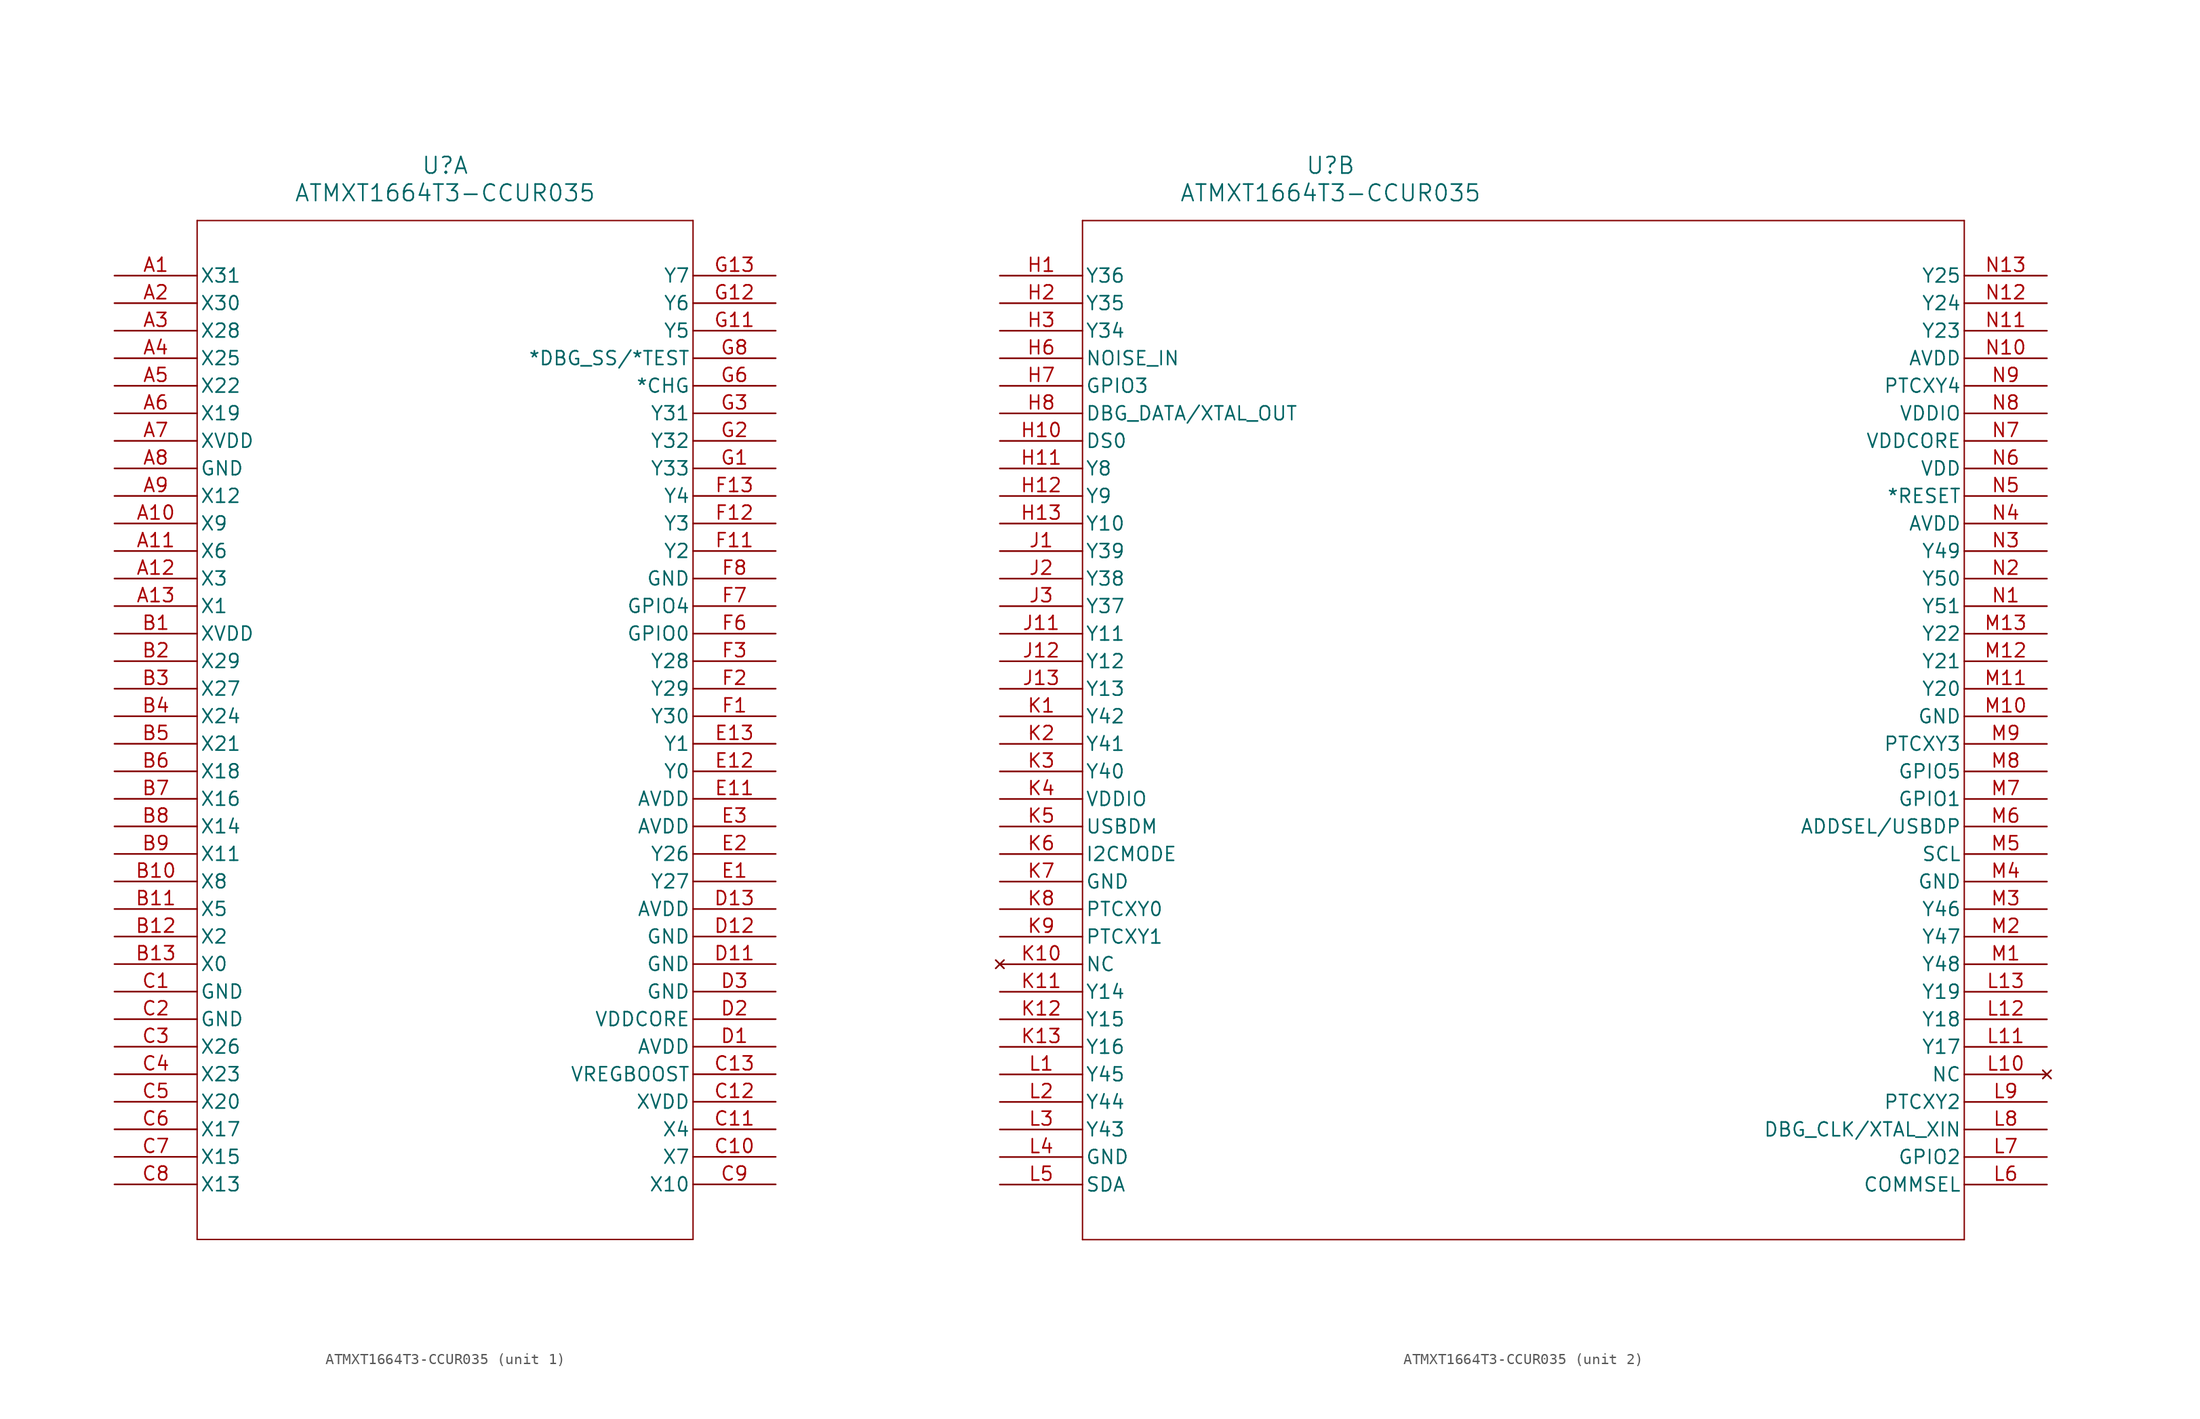
<source format=kicad_sym>
(kicad_symbol_lib
  (version 20241209)
  (generator "kicad_symbol_editor")
  (generator_version "9.0")
  (symbol "ATMXT1664T3-CCUR035"
    (pin_names
      (offset 0.254))
    (property "Reference" "U"
      (at 30.48 10.16 0)
      (effects (font (size 1.524 1.524))))
    (property "Value" "ATMXT1664T3-CCUR035"
      (at 30.48 7.62 0)
      (effects (font (size 1.524 1.524))))
    (property "ki_locked" ""
      (at 0 0 0)
      (effects (font (size 1.27 1.27))))
    (symbol "ATMXT1664T3-CCUR035_1_1"
      (polyline (pts (xy 7.62 5.08) (xy 7.62 -88.9)) (stroke (width 0.127) (type default)) (fill (type none)))
      (polyline (pts (xy 7.62 -88.9) (xy 53.34 -88.9)) (stroke (width 0.127) (type default)) (fill (type none)))
      (polyline (pts (xy 53.34 5.08) (xy 7.62 5.08)) (stroke (width 0.127) (type default)) (fill (type none)))
      (polyline (pts (xy 53.34 -88.9) (xy 53.34 5.08)) (stroke (width 0.127) (type default)) (fill (type none)))
      (pin unspecified line (at 0 0 0) (length 7.62) (name "X31" (effects (font (size 1.27 1.27)))) (number "A1" (effects (font (size 1.27 1.27)))))
      (pin unspecified line (at 0 -2.54 0) (length 7.62) (name "X30" (effects (font (size 1.27 1.27)))) (number "A2" (effects (font (size 1.27 1.27)))))
      (pin unspecified line (at 0 -5.08 0) (length 7.62) (name "X28" (effects (font (size 1.27 1.27)))) (number "A3" (effects (font (size 1.27 1.27)))))
      (pin unspecified line (at 0 -7.62 0) (length 7.62) (name "X25" (effects (font (size 1.27 1.27)))) (number "A4" (effects (font (size 1.27 1.27)))))
      (pin unspecified line (at 0 -10.16 0) (length 7.62) (name "X22" (effects (font (size 1.27 1.27)))) (number "A5" (effects (font (size 1.27 1.27)))))
      (pin unspecified line (at 0 -12.7 0) (length 7.62) (name "X19" (effects (font (size 1.27 1.27)))) (number "A6" (effects (font (size 1.27 1.27)))))
      (pin power_in line (at 0 -15.24 0) (length 7.62) (name "XVDD" (effects (font (size 1.27 1.27)))) (number "A7" (effects (font (size 1.27 1.27)))))
      (pin power_out line (at 0 -17.78 0) (length 7.62) (name "GND" (effects (font (size 1.27 1.27)))) (number "A8" (effects (font (size 1.27 1.27)))))
      (pin unspecified line (at 0 -20.32 0) (length 7.62) (name "X12" (effects (font (size 1.27 1.27)))) (number "A9" (effects (font (size 1.27 1.27)))))
      (pin unspecified line (at 0 -22.86 0) (length 7.62) (name "X9" (effects (font (size 1.27 1.27)))) (number "A10" (effects (font (size 1.27 1.27)))))
      (pin unspecified line (at 0 -25.4 0) (length 7.62) (name "X6" (effects (font (size 1.27 1.27)))) (number "A11" (effects (font (size 1.27 1.27)))))
      (pin unspecified line (at 0 -27.94 0) (length 7.62) (name "X3" (effects (font (size 1.27 1.27)))) (number "A12" (effects (font (size 1.27 1.27)))))
      (pin unspecified line (at 0 -30.48 0) (length 7.62) (name "X1" (effects (font (size 1.27 1.27)))) (number "A13" (effects (font (size 1.27 1.27)))))
      (pin power_in line (at 0 -33.02 0) (length 7.62) (name "XVDD" (effects (font (size 1.27 1.27)))) (number "B1" (effects (font (size 1.27 1.27)))))
      (pin unspecified line (at 0 -35.56 0) (length 7.62) (name "X29" (effects (font (size 1.27 1.27)))) (number "B2" (effects (font (size 1.27 1.27)))))
      (pin unspecified line (at 0 -38.1 0) (length 7.62) (name "X27" (effects (font (size 1.27 1.27)))) (number "B3" (effects (font (size 1.27 1.27)))))
      (pin unspecified line (at 0 -40.64 0) (length 7.62) (name "X24" (effects (font (size 1.27 1.27)))) (number "B4" (effects (font (size 1.27 1.27)))))
      (pin unspecified line (at 0 -43.18 0) (length 7.62) (name "X21" (effects (font (size 1.27 1.27)))) (number "B5" (effects (font (size 1.27 1.27)))))
      (pin unspecified line (at 0 -45.72 0) (length 7.62) (name "X18" (effects (font (size 1.27 1.27)))) (number "B6" (effects (font (size 1.27 1.27)))))
      (pin unspecified line (at 0 -48.26 0) (length 7.62) (name "X16" (effects (font (size 1.27 1.27)))) (number "B7" (effects (font (size 1.27 1.27)))))
      (pin unspecified line (at 0 -50.8 0) (length 7.62) (name "X14" (effects (font (size 1.27 1.27)))) (number "B8" (effects (font (size 1.27 1.27)))))
      (pin unspecified line (at 0 -53.34 0) (length 7.62) (name "X11" (effects (font (size 1.27 1.27)))) (number "B9" (effects (font (size 1.27 1.27)))))
      (pin unspecified line (at 0 -55.88 0) (length 7.62) (name "X8" (effects (font (size 1.27 1.27)))) (number "B10" (effects (font (size 1.27 1.27)))))
      (pin unspecified line (at 0 -58.42 0) (length 7.62) (name "X5" (effects (font (size 1.27 1.27)))) (number "B11" (effects (font (size 1.27 1.27)))))
      (pin unspecified line (at 0 -60.96 0) (length 7.62) (name "X2" (effects (font (size 1.27 1.27)))) (number "B12" (effects (font (size 1.27 1.27)))))
      (pin unspecified line (at 0 -63.5 0) (length 7.62) (name "X0" (effects (font (size 1.27 1.27)))) (number "B13" (effects (font (size 1.27 1.27)))))
      (pin power_out line (at 0 -66.04 0) (length 7.62) (name "GND" (effects (font (size 1.27 1.27)))) (number "C1" (effects (font (size 1.27 1.27)))))
      (pin power_out line (at 0 -68.58 0) (length 7.62) (name "GND" (effects (font (size 1.27 1.27)))) (number "C2" (effects (font (size 1.27 1.27)))))
      (pin unspecified line (at 0 -71.12 0) (length 7.62) (name "X26" (effects (font (size 1.27 1.27)))) (number "C3" (effects (font (size 1.27 1.27)))))
      (pin unspecified line (at 0 -73.66 0) (length 7.62) (name "X23" (effects (font (size 1.27 1.27)))) (number "C4" (effects (font (size 1.27 1.27)))))
      (pin unspecified line (at 0 -76.2 0) (length 7.62) (name "X20" (effects (font (size 1.27 1.27)))) (number "C5" (effects (font (size 1.27 1.27)))))
      (pin unspecified line (at 0 -78.74 0) (length 7.62) (name "X17" (effects (font (size 1.27 1.27)))) (number "C6" (effects (font (size 1.27 1.27)))))
      (pin unspecified line (at 0 -81.28 0) (length 7.62) (name "X15" (effects (font (size 1.27 1.27)))) (number "C7" (effects (font (size 1.27 1.27)))))
      (pin unspecified line (at 0 -83.82 0) (length 7.62) (name "X13" (effects (font (size 1.27 1.27)))) (number "C8" (effects (font (size 1.27 1.27)))))
      (pin unspecified line (at 60.96 0 180) (length 7.62) (name "Y7" (effects (font (size 1.27 1.27)))) (number "G13" (effects (font (size 1.27 1.27)))))
      (pin unspecified line (at 60.96 -2.54 180) (length 7.62) (name "Y6" (effects (font (size 1.27 1.27)))) (number "G12" (effects (font (size 1.27 1.27)))))
      (pin unspecified line (at 60.96 -5.08 180) (length 7.62) (name "Y5" (effects (font (size 1.27 1.27)))) (number "G11" (effects (font (size 1.27 1.27)))))
      (pin unspecified line (at 60.96 -7.62 180) (length 7.62) (name "*DBG_SS/*TEST" (effects (font (size 1.27 1.27)))) (number "G8" (effects (font (size 1.27 1.27)))))
      (pin unspecified line (at 60.96 -10.16 180) (length 7.62) (name "*CHG" (effects (font (size 1.27 1.27)))) (number "G6" (effects (font (size 1.27 1.27)))))
      (pin unspecified line (at 60.96 -12.7 180) (length 7.62) (name "Y31" (effects (font (size 1.27 1.27)))) (number "G3" (effects (font (size 1.27 1.27)))))
      (pin unspecified line (at 60.96 -15.24 180) (length 7.62) (name "Y32" (effects (font (size 1.27 1.27)))) (number "G2" (effects (font (size 1.27 1.27)))))
      (pin unspecified line (at 60.96 -17.78 180) (length 7.62) (name "Y33" (effects (font (size 1.27 1.27)))) (number "G1" (effects (font (size 1.27 1.27)))))
      (pin unspecified line (at 60.96 -20.32 180) (length 7.62) (name "Y4" (effects (font (size 1.27 1.27)))) (number "F13" (effects (font (size 1.27 1.27)))))
      (pin unspecified line (at 60.96 -22.86 180) (length 7.62) (name "Y3" (effects (font (size 1.27 1.27)))) (number "F12" (effects (font (size 1.27 1.27)))))
      (pin unspecified line (at 60.96 -25.4 180) (length 7.62) (name "Y2" (effects (font (size 1.27 1.27)))) (number "F11" (effects (font (size 1.27 1.27)))))
      (pin power_out line (at 60.96 -27.94 180) (length 7.62) (name "GND" (effects (font (size 1.27 1.27)))) (number "F8" (effects (font (size 1.27 1.27)))))
      (pin unspecified line (at 60.96 -30.48 180) (length 7.62) (name "GPIO4" (effects (font (size 1.27 1.27)))) (number "F7" (effects (font (size 1.27 1.27)))))
      (pin unspecified line (at 60.96 -33.02 180) (length 7.62) (name "GPIO0" (effects (font (size 1.27 1.27)))) (number "F6" (effects (font (size 1.27 1.27)))))
      (pin unspecified line (at 60.96 -35.56 180) (length 7.62) (name "Y28" (effects (font (size 1.27 1.27)))) (number "F3" (effects (font (size 1.27 1.27)))))
      (pin unspecified line (at 60.96 -38.1 180) (length 7.62) (name "Y29" (effects (font (size 1.27 1.27)))) (number "F2" (effects (font (size 1.27 1.27)))))
      (pin unspecified line (at 60.96 -40.64 180) (length 7.62) (name "Y30" (effects (font (size 1.27 1.27)))) (number "F1" (effects (font (size 1.27 1.27)))))
      (pin unspecified line (at 60.96 -43.18 180) (length 7.62) (name "Y1" (effects (font (size 1.27 1.27)))) (number "E13" (effects (font (size 1.27 1.27)))))
      (pin unspecified line (at 60.96 -45.72 180) (length 7.62) (name "Y0" (effects (font (size 1.27 1.27)))) (number "E12" (effects (font (size 1.27 1.27)))))
      (pin power_in line (at 60.96 -48.26 180) (length 7.62) (name "AVDD" (effects (font (size 1.27 1.27)))) (number "E11" (effects (font (size 1.27 1.27)))))
      (pin power_in line (at 60.96 -50.8 180) (length 7.62) (name "AVDD" (effects (font (size 1.27 1.27)))) (number "E3" (effects (font (size 1.27 1.27)))))
      (pin unspecified line (at 60.96 -53.34 180) (length 7.62) (name "Y26" (effects (font (size 1.27 1.27)))) (number "E2" (effects (font (size 1.27 1.27)))))
      (pin unspecified line (at 60.96 -55.88 180) (length 7.62) (name "Y27" (effects (font (size 1.27 1.27)))) (number "E1" (effects (font (size 1.27 1.27)))))
      (pin power_in line (at 60.96 -58.42 180) (length 7.62) (name "AVDD" (effects (font (size 1.27 1.27)))) (number "D13" (effects (font (size 1.27 1.27)))))
      (pin power_out line (at 60.96 -60.96 180) (length 7.62) (name "GND" (effects (font (size 1.27 1.27)))) (number "D12" (effects (font (size 1.27 1.27)))))
      (pin power_out line (at 60.96 -63.5 180) (length 7.62) (name "GND" (effects (font (size 1.27 1.27)))) (number "D11" (effects (font (size 1.27 1.27)))))
      (pin power_out line (at 60.96 -66.04 180) (length 7.62) (name "GND" (effects (font (size 1.27 1.27)))) (number "D3" (effects (font (size 1.27 1.27)))))
      (pin power_in line (at 60.96 -68.58 180) (length 7.62) (name "VDDCORE" (effects (font (size 1.27 1.27)))) (number "D2" (effects (font (size 1.27 1.27)))))
      (pin power_in line (at 60.96 -71.12 180) (length 7.62) (name "AVDD" (effects (font (size 1.27 1.27)))) (number "D1" (effects (font (size 1.27 1.27)))))
      (pin power_in line (at 60.96 -73.66 180) (length 7.62) (name "VREGBOOST" (effects (font (size 1.27 1.27)))) (number "C13" (effects (font (size 1.27 1.27)))))
      (pin power_in line (at 60.96 -76.2 180) (length 7.62) (name "XVDD" (effects (font (size 1.27 1.27)))) (number "C12" (effects (font (size 1.27 1.27)))))
      (pin unspecified line (at 60.96 -78.74 180) (length 7.62) (name "X4" (effects (font (size 1.27 1.27)))) (number "C11" (effects (font (size 1.27 1.27)))))
      (pin unspecified line (at 60.96 -81.28 180) (length 7.62) (name "X7" (effects (font (size 1.27 1.27)))) (number "C10" (effects (font (size 1.27 1.27)))))
      (pin unspecified line (at 60.96 -83.82 180) (length 7.62) (name "X10" (effects (font (size 1.27 1.27)))) (number "C9" (effects (font (size 1.27 1.27))))))
    (symbol "ATMXT1664T3-CCUR035_2_1"
      (polyline (pts (xy 7.62 5.08) (xy 7.62 -88.9)) (stroke (width 0.127) (type default)) (fill (type none)))
      (polyline (pts (xy 7.62 -88.9) (xy 88.9 -88.9)) (stroke (width 0.127) (type default)) (fill (type none)))
      (polyline (pts (xy 88.9 5.08) (xy 7.62 5.08)) (stroke (width 0.127) (type default)) (fill (type none)))
      (polyline (pts (xy 88.9 -88.9) (xy 88.9 5.08)) (stroke (width 0.127) (type default)) (fill (type none)))
      (pin unspecified line (at 0 0 0) (length 7.62) (name "Y36" (effects (font (size 1.27 1.27)))) (number "H1" (effects (font (size 1.27 1.27)))))
      (pin unspecified line (at 0 -2.54 0) (length 7.62) (name "Y35" (effects (font (size 1.27 1.27)))) (number "H2" (effects (font (size 1.27 1.27)))))
      (pin unspecified line (at 0 -5.08 0) (length 7.62) (name "Y34" (effects (font (size 1.27 1.27)))) (number "H3" (effects (font (size 1.27 1.27)))))
      (pin unspecified line (at 0 -7.62 0) (length 7.62) (name "NOISE_IN" (effects (font (size 1.27 1.27)))) (number "H6" (effects (font (size 1.27 1.27)))))
      (pin bidirectional line (at 0 -10.16 0) (length 7.62) (name "GPIO3" (effects (font (size 1.27 1.27)))) (number "H7" (effects (font (size 1.27 1.27)))))
      (pin unspecified line (at 0 -12.7 0) (length 7.62) (name "DBG_DATA/XTAL_OUT" (effects (font (size 1.27 1.27)))) (number "H8" (effects (font (size 1.27 1.27)))))
      (pin unspecified line (at 0 -15.24 0) (length 7.62) (name "DS0" (effects (font (size 1.27 1.27)))) (number "H10" (effects (font (size 1.27 1.27)))))
      (pin unspecified line (at 0 -17.78 0) (length 7.62) (name "Y8" (effects (font (size 1.27 1.27)))) (number "H11" (effects (font (size 1.27 1.27)))))
      (pin unspecified line (at 0 -20.32 0) (length 7.62) (name "Y9" (effects (font (size 1.27 1.27)))) (number "H12" (effects (font (size 1.27 1.27)))))
      (pin unspecified line (at 0 -22.86 0) (length 7.62) (name "Y10" (effects (font (size 1.27 1.27)))) (number "H13" (effects (font (size 1.27 1.27)))))
      (pin unspecified line (at 0 -25.4 0) (length 7.62) (name "Y39" (effects (font (size 1.27 1.27)))) (number "J1" (effects (font (size 1.27 1.27)))))
      (pin unspecified line (at 0 -27.94 0) (length 7.62) (name "Y38" (effects (font (size 1.27 1.27)))) (number "J2" (effects (font (size 1.27 1.27)))))
      (pin unspecified line (at 0 -30.48 0) (length 7.62) (name "Y37" (effects (font (size 1.27 1.27)))) (number "J3" (effects (font (size 1.27 1.27)))))
      (pin unspecified line (at 0 -33.02 0) (length 7.62) (name "Y11" (effects (font (size 1.27 1.27)))) (number "J11" (effects (font (size 1.27 1.27)))))
      (pin unspecified line (at 0 -35.56 0) (length 7.62) (name "Y12" (effects (font (size 1.27 1.27)))) (number "J12" (effects (font (size 1.27 1.27)))))
      (pin unspecified line (at 0 -38.1 0) (length 7.62) (name "Y13" (effects (font (size 1.27 1.27)))) (number "J13" (effects (font (size 1.27 1.27)))))
      (pin unspecified line (at 0 -40.64 0) (length 7.62) (name "Y42" (effects (font (size 1.27 1.27)))) (number "K1" (effects (font (size 1.27 1.27)))))
      (pin unspecified line (at 0 -43.18 0) (length 7.62) (name "Y41" (effects (font (size 1.27 1.27)))) (number "K2" (effects (font (size 1.27 1.27)))))
      (pin unspecified line (at 0 -45.72 0) (length 7.62) (name "Y40" (effects (font (size 1.27 1.27)))) (number "K3" (effects (font (size 1.27 1.27)))))
      (pin power_in line (at 0 -48.26 0) (length 7.62) (name "VDDIO" (effects (font (size 1.27 1.27)))) (number "K4" (effects (font (size 1.27 1.27)))))
      (pin unspecified line (at 0 -50.8 0) (length 7.62) (name "USBDM" (effects (font (size 1.27 1.27)))) (number "K5" (effects (font (size 1.27 1.27)))))
      (pin unspecified line (at 0 -53.34 0) (length 7.62) (name "I2CMODE" (effects (font (size 1.27 1.27)))) (number "K6" (effects (font (size 1.27 1.27)))))
      (pin power_out line (at 0 -55.88 0) (length 7.62) (name "GND" (effects (font (size 1.27 1.27)))) (number "K7" (effects (font (size 1.27 1.27)))))
      (pin unspecified line (at 0 -58.42 0) (length 7.62) (name "PTCXY0" (effects (font (size 1.27 1.27)))) (number "K8" (effects (font (size 1.27 1.27)))))
      (pin unspecified line (at 0 -60.96 0) (length 7.62) (name "PTCXY1" (effects (font (size 1.27 1.27)))) (number "K9" (effects (font (size 1.27 1.27)))))
      (pin no_connect line (at 0 -63.5 0) (length 7.62) (name "NC" (effects (font (size 1.27 1.27)))) (number "K10" (effects (font (size 1.27 1.27)))))
      (pin unspecified line (at 0 -66.04 0) (length 7.62) (name "Y14" (effects (font (size 1.27 1.27)))) (number "K11" (effects (font (size 1.27 1.27)))))
      (pin unspecified line (at 0 -68.58 0) (length 7.62) (name "Y15" (effects (font (size 1.27 1.27)))) (number "K12" (effects (font (size 1.27 1.27)))))
      (pin unspecified line (at 0 -71.12 0) (length 7.62) (name "Y16" (effects (font (size 1.27 1.27)))) (number "K13" (effects (font (size 1.27 1.27)))))
      (pin unspecified line (at 0 -73.66 0) (length 7.62) (name "Y45" (effects (font (size 1.27 1.27)))) (number "L1" (effects (font (size 1.27 1.27)))))
      (pin unspecified line (at 0 -76.2 0) (length 7.62) (name "Y44" (effects (font (size 1.27 1.27)))) (number "L2" (effects (font (size 1.27 1.27)))))
      (pin unspecified line (at 0 -78.74 0) (length 7.62) (name "Y43" (effects (font (size 1.27 1.27)))) (number "L3" (effects (font (size 1.27 1.27)))))
      (pin power_out line (at 0 -81.28 0) (length 7.62) (name "GND" (effects (font (size 1.27 1.27)))) (number "L4" (effects (font (size 1.27 1.27)))))
      (pin unspecified line (at 0 -83.82 0) (length 7.62) (name "SDA" (effects (font (size 1.27 1.27)))) (number "L5" (effects (font (size 1.27 1.27)))))
      (pin unspecified line (at 96.52 0 180) (length 7.62) (name "Y25" (effects (font (size 1.27 1.27)))) (number "N13" (effects (font (size 1.27 1.27)))))
      (pin unspecified line (at 96.52 -2.54 180) (length 7.62) (name "Y24" (effects (font (size 1.27 1.27)))) (number "N12" (effects (font (size 1.27 1.27)))))
      (pin unspecified line (at 96.52 -5.08 180) (length 7.62) (name "Y23" (effects (font (size 1.27 1.27)))) (number "N11" (effects (font (size 1.27 1.27)))))
      (pin power_in line (at 96.52 -7.62 180) (length 7.62) (name "AVDD" (effects (font (size 1.27 1.27)))) (number "N10" (effects (font (size 1.27 1.27)))))
      (pin unspecified line (at 96.52 -10.16 180) (length 7.62) (name "PTCXY4" (effects (font (size 1.27 1.27)))) (number "N9" (effects (font (size 1.27 1.27)))))
      (pin power_in line (at 96.52 -12.7 180) (length 7.62) (name "VDDIO" (effects (font (size 1.27 1.27)))) (number "N8" (effects (font (size 1.27 1.27)))))
      (pin power_in line (at 96.52 -15.24 180) (length 7.62) (name "VDDCORE" (effects (font (size 1.27 1.27)))) (number "N7" (effects (font (size 1.27 1.27)))))
      (pin power_in line (at 96.52 -17.78 180) (length 7.62) (name "VDD" (effects (font (size 1.27 1.27)))) (number "N6" (effects (font (size 1.27 1.27)))))
      (pin unspecified line (at 96.52 -20.32 180) (length 7.62) (name "*RESET" (effects (font (size 1.27 1.27)))) (number "N5" (effects (font (size 1.27 1.27)))))
      (pin power_in line (at 96.52 -22.86 180) (length 7.62) (name "AVDD" (effects (font (size 1.27 1.27)))) (number "N4" (effects (font (size 1.27 1.27)))))
      (pin unspecified line (at 96.52 -25.4 180) (length 7.62) (name "Y49" (effects (font (size 1.27 1.27)))) (number "N3" (effects (font (size 1.27 1.27)))))
      (pin unspecified line (at 96.52 -27.94 180) (length 7.62) (name "Y50" (effects (font (size 1.27 1.27)))) (number "N2" (effects (font (size 1.27 1.27)))))
      (pin unspecified line (at 96.52 -30.48 180) (length 7.62) (name "Y51" (effects (font (size 1.27 1.27)))) (number "N1" (effects (font (size 1.27 1.27)))))
      (pin unspecified line (at 96.52 -33.02 180) (length 7.62) (name "Y22" (effects (font (size 1.27 1.27)))) (number "M13" (effects (font (size 1.27 1.27)))))
      (pin unspecified line (at 96.52 -35.56 180) (length 7.62) (name "Y21" (effects (font (size 1.27 1.27)))) (number "M12" (effects (font (size 1.27 1.27)))))
      (pin unspecified line (at 96.52 -38.1 180) (length 7.62) (name "Y20" (effects (font (size 1.27 1.27)))) (number "M11" (effects (font (size 1.27 1.27)))))
      (pin power_out line (at 96.52 -40.64 180) (length 7.62) (name "GND" (effects (font (size 1.27 1.27)))) (number "M10" (effects (font (size 1.27 1.27)))))
      (pin unspecified line (at 96.52 -43.18 180) (length 7.62) (name "PTCXY3" (effects (font (size 1.27 1.27)))) (number "M9" (effects (font (size 1.27 1.27)))))
      (pin bidirectional line (at 96.52 -45.72 180) (length 7.62) (name "GPIO5" (effects (font (size 1.27 1.27)))) (number "M8" (effects (font (size 1.27 1.27)))))
      (pin bidirectional line (at 96.52 -48.26 180) (length 7.62) (name "GPIO1" (effects (font (size 1.27 1.27)))) (number "M7" (effects (font (size 1.27 1.27)))))
      (pin unspecified line (at 96.52 -50.8 180) (length 7.62) (name "ADDSEL/USBDP" (effects (font (size 1.27 1.27)))) (number "M6" (effects (font (size 1.27 1.27)))))
      (pin unspecified line (at 96.52 -53.34 180) (length 7.62) (name "SCL" (effects (font (size 1.27 1.27)))) (number "M5" (effects (font (size 1.27 1.27)))))
      (pin power_out line (at 96.52 -55.88 180) (length 7.62) (name "GND" (effects (font (size 1.27 1.27)))) (number "M4" (effects (font (size 1.27 1.27)))))
      (pin unspecified line (at 96.52 -58.42 180) (length 7.62) (name "Y46" (effects (font (size 1.27 1.27)))) (number "M3" (effects (font (size 1.27 1.27)))))
      (pin unspecified line (at 96.52 -60.96 180) (length 7.62) (name "Y47" (effects (font (size 1.27 1.27)))) (number "M2" (effects (font (size 1.27 1.27)))))
      (pin unspecified line (at 96.52 -63.5 180) (length 7.62) (name "Y48" (effects (font (size 1.27 1.27)))) (number "M1" (effects (font (size 1.27 1.27)))))
      (pin unspecified line (at 96.52 -66.04 180) (length 7.62) (name "Y19" (effects (font (size 1.27 1.27)))) (number "L13" (effects (font (size 1.27 1.27)))))
      (pin unspecified line (at 96.52 -68.58 180) (length 7.62) (name "Y18" (effects (font (size 1.27 1.27)))) (number "L12" (effects (font (size 1.27 1.27)))))
      (pin unspecified line (at 96.52 -71.12 180) (length 7.62) (name "Y17" (effects (font (size 1.27 1.27)))) (number "L11" (effects (font (size 1.27 1.27)))))
      (pin no_connect line (at 96.52 -73.66 180) (length 7.62) (name "NC" (effects (font (size 1.27 1.27)))) (number "L10" (effects (font (size 1.27 1.27)))))
      (pin unspecified line (at 96.52 -76.2 180) (length 7.62) (name "PTCXY2" (effects (font (size 1.27 1.27)))) (number "L9" (effects (font (size 1.27 1.27)))))
      (pin unspecified line (at 96.52 -78.74 180) (length 7.62) (name "DBG_CLK/XTAL_XIN" (effects (font (size 1.27 1.27)))) (number "L8" (effects (font (size 1.27 1.27)))))
      (pin bidirectional line (at 96.52 -81.28 180) (length 7.62) (name "GPIO2" (effects (font (size 1.27 1.27)))) (number "L7" (effects (font (size 1.27 1.27)))))
      (pin unspecified line (at 96.52 -83.82 180) (length 7.62) (name "COMMSEL" (effects (font (size 1.27 1.27)))) (number "L6" (effects (font (size 1.27 1.27))))))))
</source>
